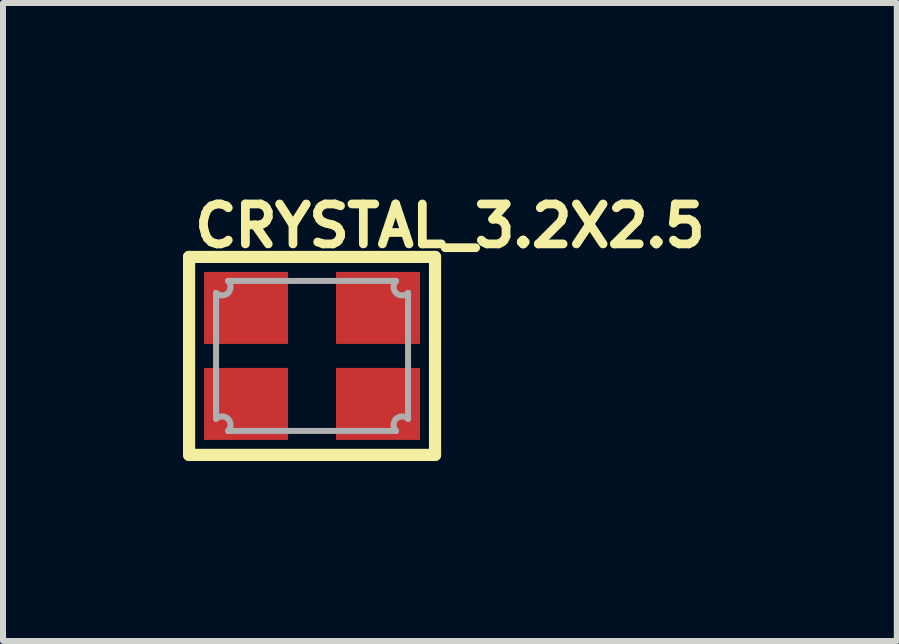
<source format=kicad_pcb>
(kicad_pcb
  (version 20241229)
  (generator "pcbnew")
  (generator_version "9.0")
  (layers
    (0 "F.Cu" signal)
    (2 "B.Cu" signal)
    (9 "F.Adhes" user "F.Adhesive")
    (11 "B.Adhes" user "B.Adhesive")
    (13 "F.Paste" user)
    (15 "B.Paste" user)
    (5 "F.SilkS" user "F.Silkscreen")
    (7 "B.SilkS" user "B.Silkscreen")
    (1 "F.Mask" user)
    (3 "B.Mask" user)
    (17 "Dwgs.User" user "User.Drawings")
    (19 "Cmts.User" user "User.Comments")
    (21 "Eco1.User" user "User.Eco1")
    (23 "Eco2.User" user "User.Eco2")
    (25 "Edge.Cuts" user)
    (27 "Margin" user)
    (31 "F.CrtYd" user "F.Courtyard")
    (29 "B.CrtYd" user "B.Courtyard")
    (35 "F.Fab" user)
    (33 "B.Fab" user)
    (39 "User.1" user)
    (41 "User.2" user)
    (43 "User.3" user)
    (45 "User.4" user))
  (footprint "CRYSTAL_3.2X2.5"
    (layer "F.Cu")
    (at 2.152 2.883)
    (property "Reference" "CRYSTAL_3.2X2.5" (at -2.032 -1.778 0) (layer "F.SilkS") (effects (font (size 0.666 0.666) (thickness 0.146)) (justify left bottom)))
    (fp_line (start -2.05 -1.65) (end -2.05 1.65) (stroke (width 0.203) (type solid)) (layer "F.SilkS"))
    (fp_line (start -2.05 -1.65) (end 2.05 -1.65) (stroke (width 0.203) (type solid)) (layer "F.SilkS"))
    (fp_line (start -2.05 1.65) (end 2.05 1.65) (stroke (width 0.203) (type solid)) (layer "F.SilkS"))
    (fp_line (start 2.05 -1.65) (end 2.05 1.65) (stroke (width 0.203) (type solid)) (layer "F.SilkS"))
    (fp_line (start -1.6 -1.05) (end -1.6 1.05) (stroke (width 0.1) (type solid)) (layer "F.Fab"))
    (fp_line (start -1.4 -1.25) (end 1.4 -1.25) (stroke (width 0.1) (type solid)) (layer "F.Fab"))
    (fp_line (start -1.4 1.25) (end 1.4 1.25) (stroke (width 0.1) (type solid)) (layer "F.Fab"))
    (fp_line (start 1.6 -1.05) (end 1.6 1.05) (stroke (width 0.1) (type solid)) (layer "F.Fab"))
    (fp_arc (start -1.6 1.05) (mid -1.4 1.05) (end -1.4 1.25) (stroke (width 0.1) (type solid)) (layer "F.Fab"))
    (fp_arc (start -1.4 -1.25) (mid -1.4 -1.05) (end -1.6 -1.05) (stroke (width 0.1) (type solid)) (layer "F.Fab"))
    (fp_arc (start 1.4 1.25) (mid 1.4 1.05) (end 1.6 1.05) (stroke (width 0.1) (type solid)) (layer "F.Fab"))
    (fp_arc (start 1.6 -1.05) (mid 1.4 -1.05) (end 1.4 -1.25) (stroke (width 0.1) (type solid)) (layer "F.Fab"))
    (pad "1" smd rect (at -1.1 0.8) (size 1.4 1.2) (layers "F.Cu" "F.Mask" "F.Paste"))
    (pad "2" smd rect (at 1.1 -0.8) (size 1.4 1.2) (layers "F.Cu" "F.Mask" "F.Paste"))
    (pad "GND1" smd rect (at -1.1 -0.8) (size 1.4 1.2) (layers "F.Cu" "F.Mask" "F.Paste"))
    (pad "GND2" smd rect (at 1.1 0.8) (size 1.4 1.2) (layers "F.Cu" "F.Mask" "F.Paste")))
  (gr_rect
    (start -3 -3)
    (end 11.899 7.635)
    (stroke (width 0.1) (type default))
    (fill no)
    (layer "Edge.Cuts")))
</source>
